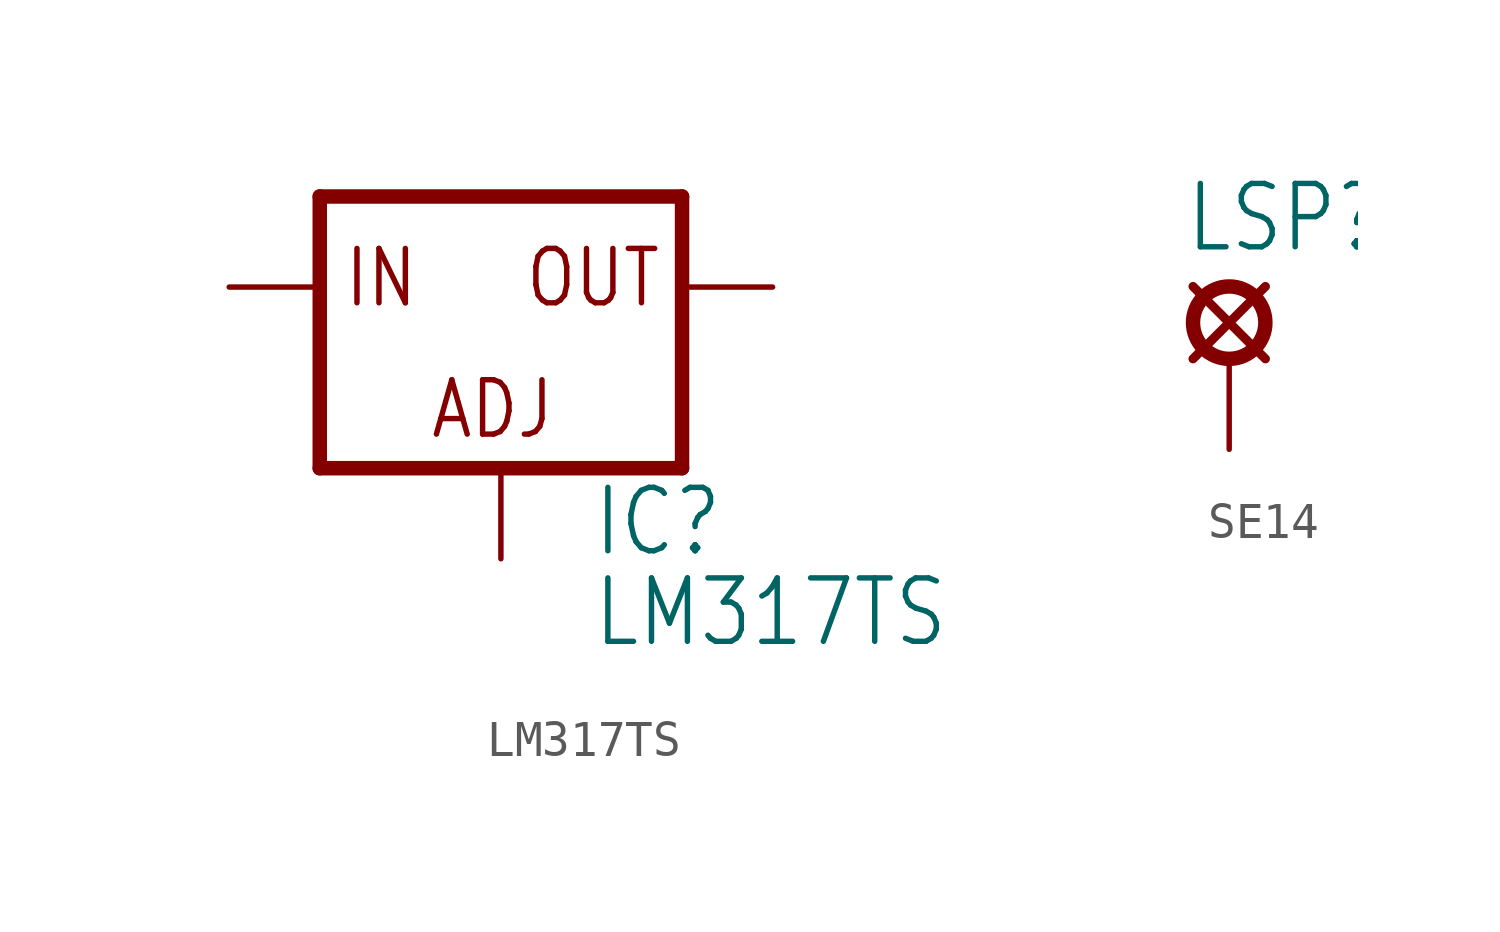
<source format=kicad_sym>
(kicad_symbol_lib
  (version 20211014)
  (generator kicad_symbol_editor)
  (symbol "LM317TS"
    (property "Reference" "IC"
      (at 2.54 -7.62 0)
      (effects (font (size 1.778 1.511)) (justify left bottom)))
    (property "Value" "LM317TS"
      (at 2.54 -10.16 0)
      (effects (font (size 1.778 1.511)) (justify left bottom)))
    (property "ki_locked" ""
      (at 0 0 0)
      (effects (font (size 1.27 1.27))))
    (symbol "LM317TS_1_0"
      (polyline (pts (xy -5.08 -5.08) (xy 5.08 -5.08)) (stroke (width 0.406) (type default) (color 0 0 0 0)) (fill (type none)))
      (polyline (pts (xy -5.08 2.54) (xy -5.08 -5.08)) (stroke (width 0.406) (type default) (color 0 0 0 0)) (fill (type none)))
      (polyline (pts (xy 5.08 -5.08) (xy 5.08 2.54)) (stroke (width 0.406) (type default) (color 0 0 0 0)) (fill (type none)))
      (polyline (pts (xy 5.08 2.54) (xy -5.08 2.54)) (stroke (width 0.406) (type default) (color 0 0 0 0)) (fill (type none)))
      (text "ADJ" (at -2.032 -4.318 0) (effects (font (size 1.524 1.295)) (justify left bottom)))
      (text "IN" (at -4.445 -0.635 0) (effects (font (size 1.524 1.295)) (justify left bottom)))
      (text "OUT" (at 0.635 -0.635 0) (effects (font (size 1.524 1.295)) (justify left bottom)))
      (pin input line (at 0 -7.62 90) (length 2.54) (name "ADJ" (effects (font (size 0 0)))) (number "1" (effects (font (size 0 0)))))
      (pin passive line (at 7.62 0 180) (length 2.54) (name "OUT" (effects (font (size 0 0)))) (number "2" (effects (font (size 0 0)))))
      (pin input line (at -7.62 0 0) (length 2.54) (name "IN" (effects (font (size 0 0)))) (number "3" (effects (font (size 0 0)))))))
  (symbol "SE14"
    (property "Reference" "LSP"
      (at -1.27 2.921 0)
      (effects (font (size 1.778 1.511)) (justify left bottom)))
    (property "ki_locked" ""
      (at 0 0 0)
      (effects (font (size 1.27 1.27))))
    (symbol "SE14_1_0"
      (polyline (pts (xy -1.016 0) (xy 1.016 2.032)) (stroke (width 0.254) (type default) (color 0 0 0 0)) (fill (type none)))
      (polyline (pts (xy -1.016 2.032) (xy 1.016 0)) (stroke (width 0.254) (type default) (color 0 0 0 0)) (fill (type none)))
      (circle (center 0 1.016) (radius 1.016) (stroke (width 0.406) (type default) (color 0 0 0 0)) (fill (type none)))
      (pin passive line (at 0 -2.54 90) (length 2.54) (name "MP" (effects (font (size 0 0)))) (number "MP" (effects (font (size 0 0))))))))
</source>
